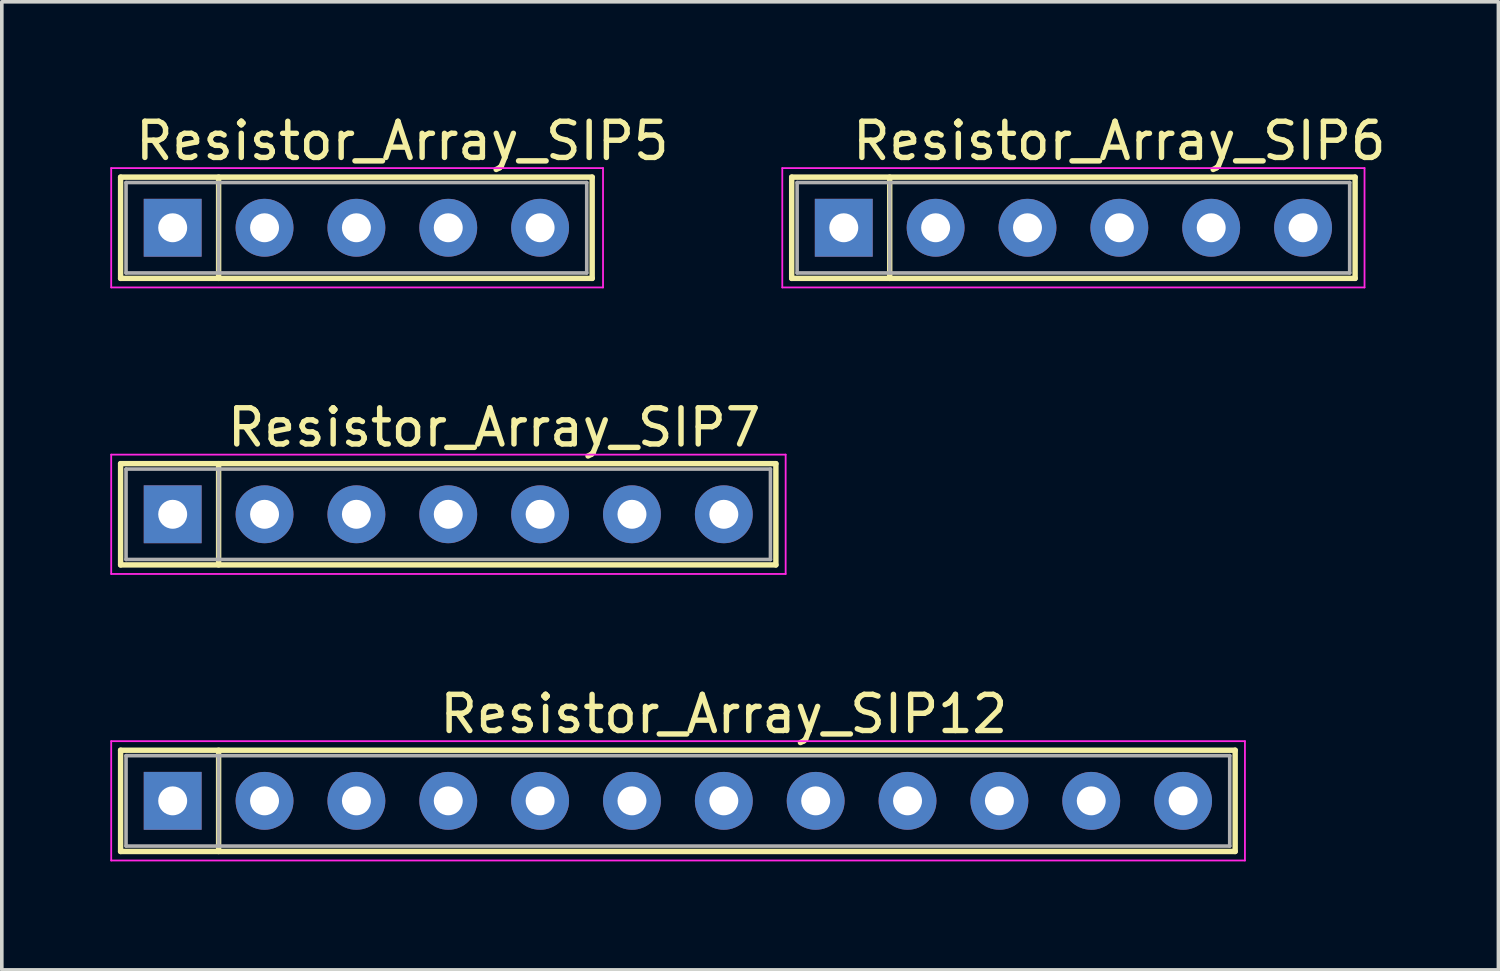
<source format=kicad_pcb>
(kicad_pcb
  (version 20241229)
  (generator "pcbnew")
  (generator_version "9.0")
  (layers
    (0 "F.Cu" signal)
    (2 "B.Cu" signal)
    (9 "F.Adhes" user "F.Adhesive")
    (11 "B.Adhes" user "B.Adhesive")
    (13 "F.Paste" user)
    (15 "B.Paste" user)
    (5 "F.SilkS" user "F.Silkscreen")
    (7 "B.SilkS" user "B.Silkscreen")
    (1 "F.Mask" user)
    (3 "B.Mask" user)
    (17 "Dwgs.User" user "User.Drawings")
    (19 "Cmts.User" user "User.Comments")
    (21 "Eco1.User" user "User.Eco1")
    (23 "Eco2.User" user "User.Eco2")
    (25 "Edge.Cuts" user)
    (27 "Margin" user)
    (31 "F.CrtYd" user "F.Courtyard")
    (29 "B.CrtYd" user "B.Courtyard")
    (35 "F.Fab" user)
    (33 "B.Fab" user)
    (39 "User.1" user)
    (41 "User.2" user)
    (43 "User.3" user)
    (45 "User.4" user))
  (footprint "Resistor_Array_SIP12"
    (layer "F.Cu")
    (at 1.725 19.095)
    (property "Reference" "Resistor_Array_SIP12" (at 15.24 -2.4 0) (layer "F.SilkS") (effects (font (size 1 1) (thickness 0.15))))
    (attr through_hole)
    (fp_line (start -1.44 -1.4) (end -1.44 1.4) (stroke (width 0.15) (type solid)) (layer "F.SilkS"))
    (fp_line (start -1.44 1.4) (end 29.38 1.4) (stroke (width 0.15) (type solid)) (layer "F.SilkS"))
    (fp_line (start 1.27 -1.4) (end 1.27 1.4) (stroke (width 0.15) (type solid)) (layer "F.SilkS"))
    (fp_line (start 29.38 -1.4) (end -1.44 -1.4) (stroke (width 0.15) (type solid)) (layer "F.SilkS"))
    (fp_line (start 29.38 1.4) (end 29.38 -1.4) (stroke (width 0.15) (type solid)) (layer "F.SilkS"))
    (fp_line (start -1.7 -1.65) (end -1.7 1.65) (stroke (width 0.05) (type solid)) (layer "F.CrtYd"))
    (fp_line (start -1.7 1.65) (end 29.65 1.65) (stroke (width 0.05) (type solid)) (layer "F.CrtYd"))
    (fp_line (start 29.65 -1.65) (end -1.7 -1.65) (stroke (width 0.05) (type solid)) (layer "F.CrtYd"))
    (fp_line (start 29.65 1.65) (end 29.65 -1.65) (stroke (width 0.05) (type solid)) (layer "F.CrtYd"))
    (fp_line (start -1.29 -1.25) (end -1.29 1.25) (stroke (width 0.1) (type solid)) (layer "F.Fab"))
    (fp_line (start -1.29 1.25) (end 29.23 1.25) (stroke (width 0.1) (type solid)) (layer "F.Fab"))
    (fp_line (start 1.27 -1.25) (end 1.27 1.25) (stroke (width 0.1) (type solid)) (layer "F.Fab"))
    (fp_line (start 29.23 -1.25) (end -1.29 -1.25) (stroke (width 0.1) (type solid)) (layer "F.Fab"))
    (fp_line (start 29.23 1.25) (end 29.23 -1.25) (stroke (width 0.1) (type solid)) (layer "F.Fab"))
    (pad "1" thru_hole rect (at 0 0) (size 1.6 1.6) (drill 0.8) (layers "*.Cu" "*.Mask"))
    (pad "2" thru_hole oval (at 2.54 0) (size 1.6 1.6) (drill 0.8) (layers "*.Cu" "*.Mask"))
    (pad "3" thru_hole oval (at 5.08 0) (size 1.6 1.6) (drill 0.8) (layers "*.Cu" "*.Mask"))
    (pad "4" thru_hole oval (at 7.62 0) (size 1.6 1.6) (drill 0.8) (layers "*.Cu" "*.Mask"))
    (pad "5" thru_hole oval (at 10.16 0) (size 1.6 1.6) (drill 0.8) (layers "*.Cu" "*.Mask"))
    (pad "6" thru_hole oval (at 12.7 0) (size 1.6 1.6) (drill 0.8) (layers "*.Cu" "*.Mask"))
    (pad "7" thru_hole oval (at 15.24 0) (size 1.6 1.6) (drill 0.8) (layers "*.Cu" "*.Mask"))
    (pad "8" thru_hole oval (at 17.78 0) (size 1.6 1.6) (drill 0.8) (layers "*.Cu" "*.Mask"))
    (pad "9" thru_hole oval (at 20.32 0) (size 1.6 1.6) (drill 0.8) (layers "*.Cu" "*.Mask"))
    (pad "10" thru_hole oval (at 22.86 0) (size 1.6 1.6) (drill 0.8) (layers "*.Cu" "*.Mask"))
    (pad "11" thru_hole oval (at 25.4 0) (size 1.6 1.6) (drill 0.8) (layers "*.Cu" "*.Mask"))
    (pad "12" thru_hole oval (at 27.94 0) (size 1.6 1.6) (drill 0.8) (layers "*.Cu" "*.Mask")))
  (footprint "Resistor_Array_SIP7"
    (layer "F.Cu")
    (at 1.725 11.171)
    (property "Reference" "Resistor_Array_SIP7" (at 8.89 -2.4 0) (layer "F.SilkS") (effects (font (size 1 1) (thickness 0.15))))
    (attr through_hole)
    (fp_line (start -1.44 -1.4) (end -1.44 1.4) (stroke (width 0.15) (type solid)) (layer "F.SilkS"))
    (fp_line (start -1.44 1.4) (end 16.68 1.4) (stroke (width 0.15) (type solid)) (layer "F.SilkS"))
    (fp_line (start 1.27 -1.4) (end 1.27 1.4) (stroke (width 0.15) (type solid)) (layer "F.SilkS"))
    (fp_line (start 16.68 -1.4) (end -1.44 -1.4) (stroke (width 0.15) (type solid)) (layer "F.SilkS"))
    (fp_line (start 16.68 1.4) (end 16.68 -1.4) (stroke (width 0.15) (type solid)) (layer "F.SilkS"))
    (fp_line (start -1.7 -1.65) (end -1.7 1.65) (stroke (width 0.05) (type solid)) (layer "F.CrtYd"))
    (fp_line (start -1.7 1.65) (end 16.95 1.65) (stroke (width 0.05) (type solid)) (layer "F.CrtYd"))
    (fp_line (start 16.95 -1.65) (end -1.7 -1.65) (stroke (width 0.05) (type solid)) (layer "F.CrtYd"))
    (fp_line (start 16.95 1.65) (end 16.95 -1.65) (stroke (width 0.05) (type solid)) (layer "F.CrtYd"))
    (fp_line (start -1.29 -1.25) (end -1.29 1.25) (stroke (width 0.1) (type solid)) (layer "F.Fab"))
    (fp_line (start -1.29 1.25) (end 16.53 1.25) (stroke (width 0.1) (type solid)) (layer "F.Fab"))
    (fp_line (start 1.27 -1.25) (end 1.27 1.25) (stroke (width 0.1) (type solid)) (layer "F.Fab"))
    (fp_line (start 16.53 -1.25) (end -1.29 -1.25) (stroke (width 0.1) (type solid)) (layer "F.Fab"))
    (fp_line (start 16.53 1.25) (end 16.53 -1.25) (stroke (width 0.1) (type solid)) (layer "F.Fab"))
    (pad "1" thru_hole rect (at 0 0) (size 1.6 1.6) (drill 0.8) (layers "*.Cu" "*.Mask"))
    (pad "2" thru_hole oval (at 2.54 0) (size 1.6 1.6) (drill 0.8) (layers "*.Cu" "*.Mask"))
    (pad "3" thru_hole oval (at 5.08 0) (size 1.6 1.6) (drill 0.8) (layers "*.Cu" "*.Mask"))
    (pad "4" thru_hole oval (at 7.62 0) (size 1.6 1.6) (drill 0.8) (layers "*.Cu" "*.Mask"))
    (pad "5" thru_hole oval (at 10.16 0) (size 1.6 1.6) (drill 0.8) (layers "*.Cu" "*.Mask"))
    (pad "6" thru_hole oval (at 12.7 0) (size 1.6 1.6) (drill 0.8) (layers "*.Cu" "*.Mask"))
    (pad "7" thru_hole oval (at 15.24 0) (size 1.6 1.6) (drill 0.8) (layers "*.Cu" "*.Mask")))
  (footprint "Resistor_Array_SIP6"
    (layer "F.Cu")
    (at 20.282 3.248)
    (property "Reference" "Resistor_Array_SIP6" (at 7.62 -2.4 0) (layer "F.SilkS") (effects (font (size 1 1) (thickness 0.15))))
    (attr through_hole)
    (fp_line (start -1.44 -1.4) (end -1.44 1.4) (stroke (width 0.15) (type solid)) (layer "F.SilkS"))
    (fp_line (start -1.44 1.4) (end 14.14 1.4) (stroke (width 0.15) (type solid)) (layer "F.SilkS"))
    (fp_line (start 1.27 -1.4) (end 1.27 1.4) (stroke (width 0.15) (type solid)) (layer "F.SilkS"))
    (fp_line (start 14.14 -1.4) (end -1.44 -1.4) (stroke (width 0.15) (type solid)) (layer "F.SilkS"))
    (fp_line (start 14.14 1.4) (end 14.14 -1.4) (stroke (width 0.15) (type solid)) (layer "F.SilkS"))
    (fp_line (start -1.7 -1.65) (end -1.7 1.65) (stroke (width 0.05) (type solid)) (layer "F.CrtYd"))
    (fp_line (start -1.7 1.65) (end 14.4 1.65) (stroke (width 0.05) (type solid)) (layer "F.CrtYd"))
    (fp_line (start 14.4 -1.65) (end -1.7 -1.65) (stroke (width 0.05) (type solid)) (layer "F.CrtYd"))
    (fp_line (start 14.4 1.65) (end 14.4 -1.65) (stroke (width 0.05) (type solid)) (layer "F.CrtYd"))
    (fp_line (start -1.29 -1.25) (end -1.29 1.25) (stroke (width 0.1) (type solid)) (layer "F.Fab"))
    (fp_line (start -1.29 1.25) (end 13.99 1.25) (stroke (width 0.1) (type solid)) (layer "F.Fab"))
    (fp_line (start 1.27 -1.25) (end 1.27 1.25) (stroke (width 0.1) (type solid)) (layer "F.Fab"))
    (fp_line (start 13.99 -1.25) (end -1.29 -1.25) (stroke (width 0.1) (type solid)) (layer "F.Fab"))
    (fp_line (start 13.99 1.25) (end 13.99 -1.25) (stroke (width 0.1) (type solid)) (layer "F.Fab"))
    (pad "1" thru_hole rect (at 0 0) (size 1.6 1.6) (drill 0.8) (layers "*.Cu" "*.Mask"))
    (pad "2" thru_hole oval (at 2.54 0) (size 1.6 1.6) (drill 0.8) (layers "*.Cu" "*.Mask"))
    (pad "3" thru_hole oval (at 5.08 0) (size 1.6 1.6) (drill 0.8) (layers "*.Cu" "*.Mask"))
    (pad "4" thru_hole oval (at 7.62 0) (size 1.6 1.6) (drill 0.8) (layers "*.Cu" "*.Mask"))
    (pad "5" thru_hole oval (at 10.16 0) (size 1.6 1.6) (drill 0.8) (layers "*.Cu" "*.Mask"))
    (pad "6" thru_hole oval (at 12.7 0) (size 1.6 1.6) (drill 0.8) (layers "*.Cu" "*.Mask")))
  (footprint "Resistor_Array_SIP5"
    (layer "F.Cu")
    (at 1.725 3.248)
    (property "Reference" "Resistor_Array_SIP5" (at 6.35 -2.4 0) (layer "F.SilkS") (effects (font (size 1 1) (thickness 0.15))))
    (attr through_hole)
    (fp_line (start -1.44 -1.4) (end -1.44 1.4) (stroke (width 0.15) (type solid)) (layer "F.SilkS"))
    (fp_line (start -1.44 1.4) (end 11.6 1.4) (stroke (width 0.15) (type solid)) (layer "F.SilkS"))
    (fp_line (start 1.27 -1.4) (end 1.27 1.4) (stroke (width 0.15) (type solid)) (layer "F.SilkS"))
    (fp_line (start 11.6 -1.4) (end -1.44 -1.4) (stroke (width 0.15) (type solid)) (layer "F.SilkS"))
    (fp_line (start 11.6 1.4) (end 11.6 -1.4) (stroke (width 0.15) (type solid)) (layer "F.SilkS"))
    (fp_line (start -1.7 -1.65) (end -1.7 1.65) (stroke (width 0.05) (type solid)) (layer "F.CrtYd"))
    (fp_line (start -1.7 1.65) (end 11.9 1.65) (stroke (width 0.05) (type solid)) (layer "F.CrtYd"))
    (fp_line (start 11.9 -1.65) (end -1.7 -1.65) (stroke (width 0.05) (type solid)) (layer "F.CrtYd"))
    (fp_line (start 11.9 1.65) (end 11.9 -1.65) (stroke (width 0.05) (type solid)) (layer "F.CrtYd"))
    (fp_line (start -1.29 -1.25) (end -1.29 1.25) (stroke (width 0.1) (type solid)) (layer "F.Fab"))
    (fp_line (start -1.29 1.25) (end 11.45 1.25) (stroke (width 0.1) (type solid)) (layer "F.Fab"))
    (fp_line (start 1.27 -1.25) (end 1.27 1.25) (stroke (width 0.1) (type solid)) (layer "F.Fab"))
    (fp_line (start 11.45 -1.25) (end -1.29 -1.25) (stroke (width 0.1) (type solid)) (layer "F.Fab"))
    (fp_line (start 11.45 1.25) (end 11.45 -1.25) (stroke (width 0.1) (type solid)) (layer "F.Fab"))
    (pad "1" thru_hole rect (at 0 0) (size 1.6 1.6) (drill 0.8) (layers "*.Cu" "*.Mask"))
    (pad "2" thru_hole oval (at 2.54 0) (size 1.6 1.6) (drill 0.8) (layers "*.Cu" "*.Mask"))
    (pad "3" thru_hole oval (at 5.08 0) (size 1.6 1.6) (drill 0.8) (layers "*.Cu" "*.Mask"))
    (pad "4" thru_hole oval (at 7.62 0) (size 1.6 1.6) (drill 0.8) (layers "*.Cu" "*.Mask"))
    (pad "5" thru_hole oval (at 10.16 0) (size 1.6 1.6) (drill 0.8) (layers "*.Cu" "*.Mask")))
  (gr_rect
    (start -3 -3)
    (end 38.384 23.77)
    (stroke (width 0.1) (type default))
    (fill no)
    (layer "Edge.Cuts")))
</source>
